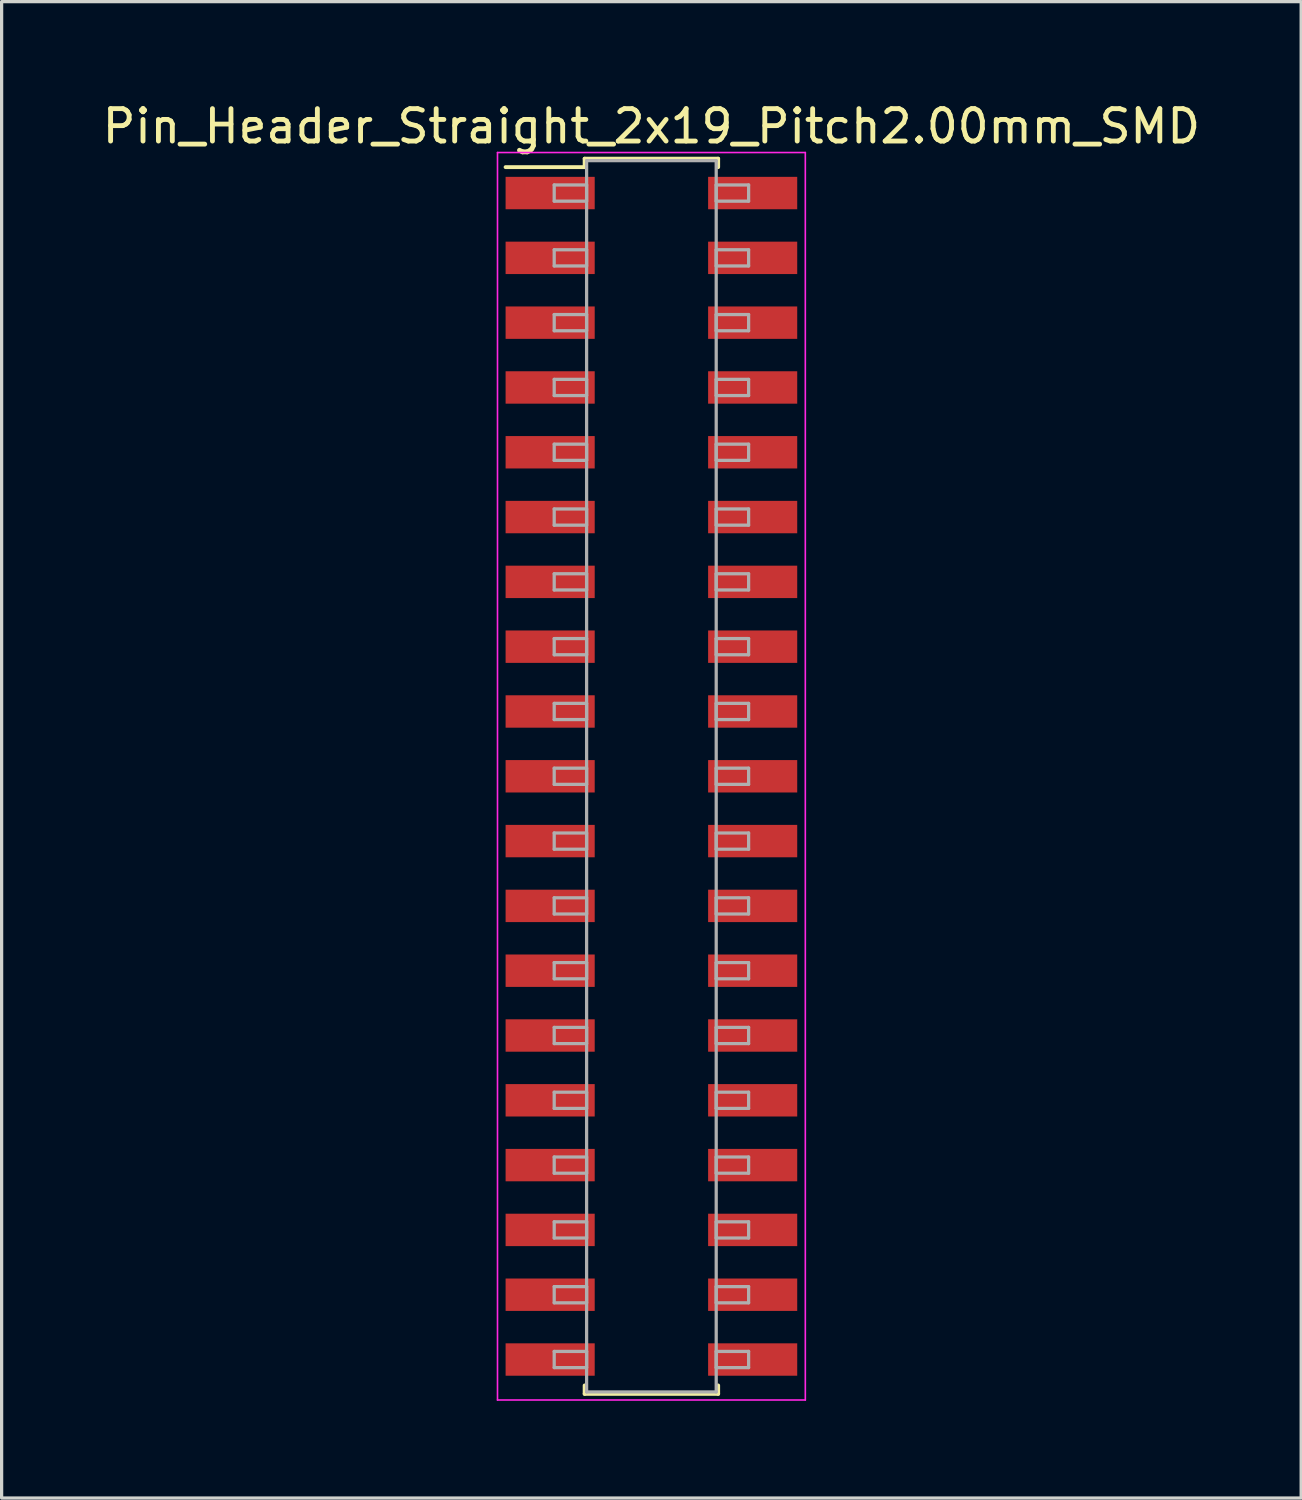
<source format=kicad_pcb>
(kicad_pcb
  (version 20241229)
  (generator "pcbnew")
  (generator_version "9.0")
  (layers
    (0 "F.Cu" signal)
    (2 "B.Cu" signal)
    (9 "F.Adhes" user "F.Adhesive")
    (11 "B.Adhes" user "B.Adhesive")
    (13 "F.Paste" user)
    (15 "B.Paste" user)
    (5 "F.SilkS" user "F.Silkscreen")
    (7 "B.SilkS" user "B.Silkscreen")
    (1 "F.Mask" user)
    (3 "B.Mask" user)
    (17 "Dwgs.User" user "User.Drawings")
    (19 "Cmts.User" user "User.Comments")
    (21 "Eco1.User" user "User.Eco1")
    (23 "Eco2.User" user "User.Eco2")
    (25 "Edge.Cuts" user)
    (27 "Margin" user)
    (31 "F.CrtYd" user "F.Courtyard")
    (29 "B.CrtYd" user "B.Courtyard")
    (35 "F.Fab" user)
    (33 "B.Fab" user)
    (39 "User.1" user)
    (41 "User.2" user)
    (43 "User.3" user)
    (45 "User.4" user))
  (footprint "Pin_Header_Straight_2x19_Pitch2.00mm_SMD"
    (layer "F.Cu")
    (at 17.054 20.908)
    (property "Reference" "Pin_Header_Straight_2x19_Pitch2.00mm_SMD" (at 0 -20.06 0) (layer "F.SilkS") (effects (font (size 1 1) (thickness 0.15))))
    (attr smd)
    (fp_line (start -4.5 -18.8) (end -2.06 -18.8) (stroke (width 0.12) (type solid)) (layer "F.SilkS"))
    (fp_line (start -2.06 -19.06) (end 2.06 -19.06) (stroke (width 0.12) (type solid)) (layer "F.SilkS"))
    (fp_line (start -2.06 -18.8) (end -2.06 -19.06) (stroke (width 0.12) (type solid)) (layer "F.SilkS"))
    (fp_line (start -2.06 18.8) (end -2.06 19.06) (stroke (width 0.12) (type solid)) (layer "F.SilkS"))
    (fp_line (start -2.06 19.06) (end 2.06 19.06) (stroke (width 0.12) (type solid)) (layer "F.SilkS"))
    (fp_line (start 2.06 -19.06) (end 2.06 -18.8) (stroke (width 0.12) (type solid)) (layer "F.SilkS"))
    (fp_line (start 2.06 19.06) (end 2.06 18.8) (stroke (width 0.12) (type solid)) (layer "F.SilkS"))
    (fp_line (start -4.75 -19.25) (end -4.75 19.25) (stroke (width 0.05) (type solid)) (layer "F.CrtYd"))
    (fp_line (start -4.75 19.25) (end 4.75 19.25) (stroke (width 0.05) (type solid)) (layer "F.CrtYd"))
    (fp_line (start 4.75 -19.25) (end -4.75 -19.25) (stroke (width 0.05) (type solid)) (layer "F.CrtYd"))
    (fp_line (start 4.75 19.25) (end 4.75 -19.25) (stroke (width 0.05) (type solid)) (layer "F.CrtYd"))
    (fp_line (start -3 -18.25) (end -2 -18.25) (stroke (width 0.1) (type solid)) (layer "F.Fab"))
    (fp_line (start -3 -17.75) (end -3 -18.25) (stroke (width 0.1) (type solid)) (layer "F.Fab"))
    (fp_line (start -3 -16.25) (end -2 -16.25) (stroke (width 0.1) (type solid)) (layer "F.Fab"))
    (fp_line (start -3 -15.75) (end -3 -16.25) (stroke (width 0.1) (type solid)) (layer "F.Fab"))
    (fp_line (start -3 -14.25) (end -2 -14.25) (stroke (width 0.1) (type solid)) (layer "F.Fab"))
    (fp_line (start -3 -13.75) (end -3 -14.25) (stroke (width 0.1) (type solid)) (layer "F.Fab"))
    (fp_line (start -3 -12.25) (end -2 -12.25) (stroke (width 0.1) (type solid)) (layer "F.Fab"))
    (fp_line (start -3 -11.75) (end -3 -12.25) (stroke (width 0.1) (type solid)) (layer "F.Fab"))
    (fp_line (start -3 -10.25) (end -2 -10.25) (stroke (width 0.1) (type solid)) (layer "F.Fab"))
    (fp_line (start -3 -9.75) (end -3 -10.25) (stroke (width 0.1) (type solid)) (layer "F.Fab"))
    (fp_line (start -3 -8.25) (end -2 -8.25) (stroke (width 0.1) (type solid)) (layer "F.Fab"))
    (fp_line (start -3 -7.75) (end -3 -8.25) (stroke (width 0.1) (type solid)) (layer "F.Fab"))
    (fp_line (start -3 -6.25) (end -2 -6.25) (stroke (width 0.1) (type solid)) (layer "F.Fab"))
    (fp_line (start -3 -5.75) (end -3 -6.25) (stroke (width 0.1) (type solid)) (layer "F.Fab"))
    (fp_line (start -3 -4.25) (end -2 -4.25) (stroke (width 0.1) (type solid)) (layer "F.Fab"))
    (fp_line (start -3 -3.75) (end -3 -4.25) (stroke (width 0.1) (type solid)) (layer "F.Fab"))
    (fp_line (start -3 -2.25) (end -2 -2.25) (stroke (width 0.1) (type solid)) (layer "F.Fab"))
    (fp_line (start -3 -1.75) (end -3 -2.25) (stroke (width 0.1) (type solid)) (layer "F.Fab"))
    (fp_line (start -3 -0.25) (end -2 -0.25) (stroke (width 0.1) (type solid)) (layer "F.Fab"))
    (fp_line (start -3 0.25) (end -3 -0.25) (stroke (width 0.1) (type solid)) (layer "F.Fab"))
    (fp_line (start -3 1.75) (end -2 1.75) (stroke (width 0.1) (type solid)) (layer "F.Fab"))
    (fp_line (start -3 2.25) (end -3 1.75) (stroke (width 0.1) (type solid)) (layer "F.Fab"))
    (fp_line (start -3 3.75) (end -2 3.75) (stroke (width 0.1) (type solid)) (layer "F.Fab"))
    (fp_line (start -3 4.25) (end -3 3.75) (stroke (width 0.1) (type solid)) (layer "F.Fab"))
    (fp_line (start -3 5.75) (end -2 5.75) (stroke (width 0.1) (type solid)) (layer "F.Fab"))
    (fp_line (start -3 6.25) (end -3 5.75) (stroke (width 0.1) (type solid)) (layer "F.Fab"))
    (fp_line (start -3 7.75) (end -2 7.75) (stroke (width 0.1) (type solid)) (layer "F.Fab"))
    (fp_line (start -3 8.25) (end -3 7.75) (stroke (width 0.1) (type solid)) (layer "F.Fab"))
    (fp_line (start -3 9.75) (end -2 9.75) (stroke (width 0.1) (type solid)) (layer "F.Fab"))
    (fp_line (start -3 10.25) (end -3 9.75) (stroke (width 0.1) (type solid)) (layer "F.Fab"))
    (fp_line (start -3 11.75) (end -2 11.75) (stroke (width 0.1) (type solid)) (layer "F.Fab"))
    (fp_line (start -3 12.25) (end -3 11.75) (stroke (width 0.1) (type solid)) (layer "F.Fab"))
    (fp_line (start -3 13.75) (end -2 13.75) (stroke (width 0.1) (type solid)) (layer "F.Fab"))
    (fp_line (start -3 14.25) (end -3 13.75) (stroke (width 0.1) (type solid)) (layer "F.Fab"))
    (fp_line (start -3 15.75) (end -2 15.75) (stroke (width 0.1) (type solid)) (layer "F.Fab"))
    (fp_line (start -3 16.25) (end -3 15.75) (stroke (width 0.1) (type solid)) (layer "F.Fab"))
    (fp_line (start -3 17.75) (end -2 17.75) (stroke (width 0.1) (type solid)) (layer "F.Fab"))
    (fp_line (start -3 18.25) (end -3 17.75) (stroke (width 0.1) (type solid)) (layer "F.Fab"))
    (fp_line (start -2 -19) (end -2 19) (stroke (width 0.1) (type solid)) (layer "F.Fab"))
    (fp_line (start -2 -18.25) (end -2 -17.75) (stroke (width 0.1) (type solid)) (layer "F.Fab"))
    (fp_line (start -2 -17.75) (end -3 -17.75) (stroke (width 0.1) (type solid)) (layer "F.Fab"))
    (fp_line (start -2 -16.25) (end -2 -15.75) (stroke (width 0.1) (type solid)) (layer "F.Fab"))
    (fp_line (start -2 -15.75) (end -3 -15.75) (stroke (width 0.1) (type solid)) (layer "F.Fab"))
    (fp_line (start -2 -14.25) (end -2 -13.75) (stroke (width 0.1) (type solid)) (layer "F.Fab"))
    (fp_line (start -2 -13.75) (end -3 -13.75) (stroke (width 0.1) (type solid)) (layer "F.Fab"))
    (fp_line (start -2 -12.25) (end -2 -11.75) (stroke (width 0.1) (type solid)) (layer "F.Fab"))
    (fp_line (start -2 -11.75) (end -3 -11.75) (stroke (width 0.1) (type solid)) (layer "F.Fab"))
    (fp_line (start -2 -10.25) (end -2 -9.75) (stroke (width 0.1) (type solid)) (layer "F.Fab"))
    (fp_line (start -2 -9.75) (end -3 -9.75) (stroke (width 0.1) (type solid)) (layer "F.Fab"))
    (fp_line (start -2 -8.25) (end -2 -7.75) (stroke (width 0.1) (type solid)) (layer "F.Fab"))
    (fp_line (start -2 -7.75) (end -3 -7.75) (stroke (width 0.1) (type solid)) (layer "F.Fab"))
    (fp_line (start -2 -6.25) (end -2 -5.75) (stroke (width 0.1) (type solid)) (layer "F.Fab"))
    (fp_line (start -2 -5.75) (end -3 -5.75) (stroke (width 0.1) (type solid)) (layer "F.Fab"))
    (fp_line (start -2 -4.25) (end -2 -3.75) (stroke (width 0.1) (type solid)) (layer "F.Fab"))
    (fp_line (start -2 -3.75) (end -3 -3.75) (stroke (width 0.1) (type solid)) (layer "F.Fab"))
    (fp_line (start -2 -2.25) (end -2 -1.75) (stroke (width 0.1) (type solid)) (layer "F.Fab"))
    (fp_line (start -2 -1.75) (end -3 -1.75) (stroke (width 0.1) (type solid)) (layer "F.Fab"))
    (fp_line (start -2 -0.25) (end -2 0.25) (stroke (width 0.1) (type solid)) (layer "F.Fab"))
    (fp_line (start -2 0.25) (end -3 0.25) (stroke (width 0.1) (type solid)) (layer "F.Fab"))
    (fp_line (start -2 1.75) (end -2 2.25) (stroke (width 0.1) (type solid)) (layer "F.Fab"))
    (fp_line (start -2 2.25) (end -3 2.25) (stroke (width 0.1) (type solid)) (layer "F.Fab"))
    (fp_line (start -2 3.75) (end -2 4.25) (stroke (width 0.1) (type solid)) (layer "F.Fab"))
    (fp_line (start -2 4.25) (end -3 4.25) (stroke (width 0.1) (type solid)) (layer "F.Fab"))
    (fp_line (start -2 5.75) (end -2 6.25) (stroke (width 0.1) (type solid)) (layer "F.Fab"))
    (fp_line (start -2 6.25) (end -3 6.25) (stroke (width 0.1) (type solid)) (layer "F.Fab"))
    (fp_line (start -2 7.75) (end -2 8.25) (stroke (width 0.1) (type solid)) (layer "F.Fab"))
    (fp_line (start -2 8.25) (end -3 8.25) (stroke (width 0.1) (type solid)) (layer "F.Fab"))
    (fp_line (start -2 9.75) (end -2 10.25) (stroke (width 0.1) (type solid)) (layer "F.Fab"))
    (fp_line (start -2 10.25) (end -3 10.25) (stroke (width 0.1) (type solid)) (layer "F.Fab"))
    (fp_line (start -2 11.75) (end -2 12.25) (stroke (width 0.1) (type solid)) (layer "F.Fab"))
    (fp_line (start -2 12.25) (end -3 12.25) (stroke (width 0.1) (type solid)) (layer "F.Fab"))
    (fp_line (start -2 13.75) (end -2 14.25) (stroke (width 0.1) (type solid)) (layer "F.Fab"))
    (fp_line (start -2 14.25) (end -3 14.25) (stroke (width 0.1) (type solid)) (layer "F.Fab"))
    (fp_line (start -2 15.75) (end -2 16.25) (stroke (width 0.1) (type solid)) (layer "F.Fab"))
    (fp_line (start -2 16.25) (end -3 16.25) (stroke (width 0.1) (type solid)) (layer "F.Fab"))
    (fp_line (start -2 17.75) (end -2 18.25) (stroke (width 0.1) (type solid)) (layer "F.Fab"))
    (fp_line (start -2 18.25) (end -3 18.25) (stroke (width 0.1) (type solid)) (layer "F.Fab"))
    (fp_line (start -2 19) (end 2 19) (stroke (width 0.1) (type solid)) (layer "F.Fab"))
    (fp_line (start 2 -19) (end -2 -19) (stroke (width 0.1) (type solid)) (layer "F.Fab"))
    (fp_line (start 2 -18.25) (end 2 -17.75) (stroke (width 0.1) (type solid)) (layer "F.Fab"))
    (fp_line (start 2 -17.75) (end 3 -17.75) (stroke (width 0.1) (type solid)) (layer "F.Fab"))
    (fp_line (start 2 -16.25) (end 2 -15.75) (stroke (width 0.1) (type solid)) (layer "F.Fab"))
    (fp_line (start 2 -15.75) (end 3 -15.75) (stroke (width 0.1) (type solid)) (layer "F.Fab"))
    (fp_line (start 2 -14.25) (end 2 -13.75) (stroke (width 0.1) (type solid)) (layer "F.Fab"))
    (fp_line (start 2 -13.75) (end 3 -13.75) (stroke (width 0.1) (type solid)) (layer "F.Fab"))
    (fp_line (start 2 -12.25) (end 2 -11.75) (stroke (width 0.1) (type solid)) (layer "F.Fab"))
    (fp_line (start 2 -11.75) (end 3 -11.75) (stroke (width 0.1) (type solid)) (layer "F.Fab"))
    (fp_line (start 2 -10.25) (end 2 -9.75) (stroke (width 0.1) (type solid)) (layer "F.Fab"))
    (fp_line (start 2 -9.75) (end 3 -9.75) (stroke (width 0.1) (type solid)) (layer "F.Fab"))
    (fp_line (start 2 -8.25) (end 2 -7.75) (stroke (width 0.1) (type solid)) (layer "F.Fab"))
    (fp_line (start 2 -7.75) (end 3 -7.75) (stroke (width 0.1) (type solid)) (layer "F.Fab"))
    (fp_line (start 2 -6.25) (end 2 -5.75) (stroke (width 0.1) (type solid)) (layer "F.Fab"))
    (fp_line (start 2 -5.75) (end 3 -5.75) (stroke (width 0.1) (type solid)) (layer "F.Fab"))
    (fp_line (start 2 -4.25) (end 2 -3.75) (stroke (width 0.1) (type solid)) (layer "F.Fab"))
    (fp_line (start 2 -3.75) (end 3 -3.75) (stroke (width 0.1) (type solid)) (layer "F.Fab"))
    (fp_line (start 2 -2.25) (end 2 -1.75) (stroke (width 0.1) (type solid)) (layer "F.Fab"))
    (fp_line (start 2 -1.75) (end 3 -1.75) (stroke (width 0.1) (type solid)) (layer "F.Fab"))
    (fp_line (start 2 -0.25) (end 2 0.25) (stroke (width 0.1) (type solid)) (layer "F.Fab"))
    (fp_line (start 2 0.25) (end 3 0.25) (stroke (width 0.1) (type solid)) (layer "F.Fab"))
    (fp_line (start 2 1.75) (end 2 2.25) (stroke (width 0.1) (type solid)) (layer "F.Fab"))
    (fp_line (start 2 2.25) (end 3 2.25) (stroke (width 0.1) (type solid)) (layer "F.Fab"))
    (fp_line (start 2 3.75) (end 2 4.25) (stroke (width 0.1) (type solid)) (layer "F.Fab"))
    (fp_line (start 2 4.25) (end 3 4.25) (stroke (width 0.1) (type solid)) (layer "F.Fab"))
    (fp_line (start 2 5.75) (end 2 6.25) (stroke (width 0.1) (type solid)) (layer "F.Fab"))
    (fp_line (start 2 6.25) (end 3 6.25) (stroke (width 0.1) (type solid)) (layer "F.Fab"))
    (fp_line (start 2 7.75) (end 2 8.25) (stroke (width 0.1) (type solid)) (layer "F.Fab"))
    (fp_line (start 2 8.25) (end 3 8.25) (stroke (width 0.1) (type solid)) (layer "F.Fab"))
    (fp_line (start 2 9.75) (end 2 10.25) (stroke (width 0.1) (type solid)) (layer "F.Fab"))
    (fp_line (start 2 10.25) (end 3 10.25) (stroke (width 0.1) (type solid)) (layer "F.Fab"))
    (fp_line (start 2 11.75) (end 2 12.25) (stroke (width 0.1) (type solid)) (layer "F.Fab"))
    (fp_line (start 2 12.25) (end 3 12.25) (stroke (width 0.1) (type solid)) (layer "F.Fab"))
    (fp_line (start 2 13.75) (end 2 14.25) (stroke (width 0.1) (type solid)) (layer "F.Fab"))
    (fp_line (start 2 14.25) (end 3 14.25) (stroke (width 0.1) (type solid)) (layer "F.Fab"))
    (fp_line (start 2 15.75) (end 2 16.25) (stroke (width 0.1) (type solid)) (layer "F.Fab"))
    (fp_line (start 2 16.25) (end 3 16.25) (stroke (width 0.1) (type solid)) (layer "F.Fab"))
    (fp_line (start 2 17.75) (end 2 18.25) (stroke (width 0.1) (type solid)) (layer "F.Fab"))
    (fp_line (start 2 18.25) (end 3 18.25) (stroke (width 0.1) (type solid)) (layer "F.Fab"))
    (fp_line (start 2 19) (end 2 -19) (stroke (width 0.1) (type solid)) (layer "F.Fab"))
    (fp_line (start 3 -18.25) (end 2 -18.25) (stroke (width 0.1) (type solid)) (layer "F.Fab"))
    (fp_line (start 3 -17.75) (end 3 -18.25) (stroke (width 0.1) (type solid)) (layer "F.Fab"))
    (fp_line (start 3 -16.25) (end 2 -16.25) (stroke (width 0.1) (type solid)) (layer "F.Fab"))
    (fp_line (start 3 -15.75) (end 3 -16.25) (stroke (width 0.1) (type solid)) (layer "F.Fab"))
    (fp_line (start 3 -14.25) (end 2 -14.25) (stroke (width 0.1) (type solid)) (layer "F.Fab"))
    (fp_line (start 3 -13.75) (end 3 -14.25) (stroke (width 0.1) (type solid)) (layer "F.Fab"))
    (fp_line (start 3 -12.25) (end 2 -12.25) (stroke (width 0.1) (type solid)) (layer "F.Fab"))
    (fp_line (start 3 -11.75) (end 3 -12.25) (stroke (width 0.1) (type solid)) (layer "F.Fab"))
    (fp_line (start 3 -10.25) (end 2 -10.25) (stroke (width 0.1) (type solid)) (layer "F.Fab"))
    (fp_line (start 3 -9.75) (end 3 -10.25) (stroke (width 0.1) (type solid)) (layer "F.Fab"))
    (fp_line (start 3 -8.25) (end 2 -8.25) (stroke (width 0.1) (type solid)) (layer "F.Fab"))
    (fp_line (start 3 -7.75) (end 3 -8.25) (stroke (width 0.1) (type solid)) (layer "F.Fab"))
    (fp_line (start 3 -6.25) (end 2 -6.25) (stroke (width 0.1) (type solid)) (layer "F.Fab"))
    (fp_line (start 3 -5.75) (end 3 -6.25) (stroke (width 0.1) (type solid)) (layer "F.Fab"))
    (fp_line (start 3 -4.25) (end 2 -4.25) (stroke (width 0.1) (type solid)) (layer "F.Fab"))
    (fp_line (start 3 -3.75) (end 3 -4.25) (stroke (width 0.1) (type solid)) (layer "F.Fab"))
    (fp_line (start 3 -2.25) (end 2 -2.25) (stroke (width 0.1) (type solid)) (layer "F.Fab"))
    (fp_line (start 3 -1.75) (end 3 -2.25) (stroke (width 0.1) (type solid)) (layer "F.Fab"))
    (fp_line (start 3 -0.25) (end 2 -0.25) (stroke (width 0.1) (type solid)) (layer "F.Fab"))
    (fp_line (start 3 0.25) (end 3 -0.25) (stroke (width 0.1) (type solid)) (layer "F.Fab"))
    (fp_line (start 3 1.75) (end 2 1.75) (stroke (width 0.1) (type solid)) (layer "F.Fab"))
    (fp_line (start 3 2.25) (end 3 1.75) (stroke (width 0.1) (type solid)) (layer "F.Fab"))
    (fp_line (start 3 3.75) (end 2 3.75) (stroke (width 0.1) (type solid)) (layer "F.Fab"))
    (fp_line (start 3 4.25) (end 3 3.75) (stroke (width 0.1) (type solid)) (layer "F.Fab"))
    (fp_line (start 3 5.75) (end 2 5.75) (stroke (width 0.1) (type solid)) (layer "F.Fab"))
    (fp_line (start 3 6.25) (end 3 5.75) (stroke (width 0.1) (type solid)) (layer "F.Fab"))
    (fp_line (start 3 7.75) (end 2 7.75) (stroke (width 0.1) (type solid)) (layer "F.Fab"))
    (fp_line (start 3 8.25) (end 3 7.75) (stroke (width 0.1) (type solid)) (layer "F.Fab"))
    (fp_line (start 3 9.75) (end 2 9.75) (stroke (width 0.1) (type solid)) (layer "F.Fab"))
    (fp_line (start 3 10.25) (end 3 9.75) (stroke (width 0.1) (type solid)) (layer "F.Fab"))
    (fp_line (start 3 11.75) (end 2 11.75) (stroke (width 0.1) (type solid)) (layer "F.Fab"))
    (fp_line (start 3 12.25) (end 3 11.75) (stroke (width 0.1) (type solid)) (layer "F.Fab"))
    (fp_line (start 3 13.75) (end 2 13.75) (stroke (width 0.1) (type solid)) (layer "F.Fab"))
    (fp_line (start 3 14.25) (end 3 13.75) (stroke (width 0.1) (type solid)) (layer "F.Fab"))
    (fp_line (start 3 15.75) (end 2 15.75) (stroke (width 0.1) (type solid)) (layer "F.Fab"))
    (fp_line (start 3 16.25) (end 3 15.75) (stroke (width 0.1) (type solid)) (layer "F.Fab"))
    (fp_line (start 3 17.75) (end 2 17.75) (stroke (width 0.1) (type solid)) (layer "F.Fab"))
    (fp_line (start 3 18.25) (end 3 17.75) (stroke (width 0.1) (type solid)) (layer "F.Fab"))
    (pad "1" smd rect (at -3.125 -18) (size 2.75 1) (layers "F.Cu" "F.Mask"))
    (pad "2" smd rect (at 3.125 -18) (size 2.75 1) (layers "F.Cu" "F.Mask"))
    (pad "3" smd rect (at -3.125 -16) (size 2.75 1) (layers "F.Cu" "F.Mask"))
    (pad "4" smd rect (at 3.125 -16) (size 2.75 1) (layers "F.Cu" "F.Mask"))
    (pad "5" smd rect (at -3.125 -14) (size 2.75 1) (layers "F.Cu" "F.Mask"))
    (pad "6" smd rect (at 3.125 -14) (size 2.75 1) (layers "F.Cu" "F.Mask"))
    (pad "7" smd rect (at -3.125 -12) (size 2.75 1) (layers "F.Cu" "F.Mask"))
    (pad "8" smd rect (at 3.125 -12) (size 2.75 1) (layers "F.Cu" "F.Mask"))
    (pad "9" smd rect (at -3.125 -10) (size 2.75 1) (layers "F.Cu" "F.Mask"))
    (pad "10" smd rect (at 3.125 -10) (size 2.75 1) (layers "F.Cu" "F.Mask"))
    (pad "11" smd rect (at -3.125 -8) (size 2.75 1) (layers "F.Cu" "F.Mask"))
    (pad "12" smd rect (at 3.125 -8) (size 2.75 1) (layers "F.Cu" "F.Mask"))
    (pad "13" smd rect (at -3.125 -6) (size 2.75 1) (layers "F.Cu" "F.Mask"))
    (pad "14" smd rect (at 3.125 -6) (size 2.75 1) (layers "F.Cu" "F.Mask"))
    (pad "15" smd rect (at -3.125 -4) (size 2.75 1) (layers "F.Cu" "F.Mask"))
    (pad "16" smd rect (at 3.125 -4) (size 2.75 1) (layers "F.Cu" "F.Mask"))
    (pad "17" smd rect (at -3.125 -2) (size 2.75 1) (layers "F.Cu" "F.Mask"))
    (pad "18" smd rect (at 3.125 -2) (size 2.75 1) (layers "F.Cu" "F.Mask"))
    (pad "19" smd rect (at -3.125 0) (size 2.75 1) (layers "F.Cu" "F.Mask"))
    (pad "20" smd rect (at 3.125 0) (size 2.75 1) (layers "F.Cu" "F.Mask"))
    (pad "21" smd rect (at -3.125 2) (size 2.75 1) (layers "F.Cu" "F.Mask"))
    (pad "22" smd rect (at 3.125 2) (size 2.75 1) (layers "F.Cu" "F.Mask"))
    (pad "23" smd rect (at -3.125 4) (size 2.75 1) (layers "F.Cu" "F.Mask"))
    (pad "24" smd rect (at 3.125 4) (size 2.75 1) (layers "F.Cu" "F.Mask"))
    (pad "25" smd rect (at -3.125 6) (size 2.75 1) (layers "F.Cu" "F.Mask"))
    (pad "26" smd rect (at 3.125 6) (size 2.75 1) (layers "F.Cu" "F.Mask"))
    (pad "27" smd rect (at -3.125 8) (size 2.75 1) (layers "F.Cu" "F.Mask"))
    (pad "28" smd rect (at 3.125 8) (size 2.75 1) (layers "F.Cu" "F.Mask"))
    (pad "29" smd rect (at -3.125 10) (size 2.75 1) (layers "F.Cu" "F.Mask"))
    (pad "30" smd rect (at 3.125 10) (size 2.75 1) (layers "F.Cu" "F.Mask"))
    (pad "31" smd rect (at -3.125 12) (size 2.75 1) (layers "F.Cu" "F.Mask"))
    (pad "32" smd rect (at 3.125 12) (size 2.75 1) (layers "F.Cu" "F.Mask"))
    (pad "33" smd rect (at -3.125 14) (size 2.75 1) (layers "F.Cu" "F.Mask"))
    (pad "34" smd rect (at 3.125 14) (size 2.75 1) (layers "F.Cu" "F.Mask"))
    (pad "35" smd rect (at -3.125 16) (size 2.75 1) (layers "F.Cu" "F.Mask"))
    (pad "36" smd rect (at 3.125 16) (size 2.75 1) (layers "F.Cu" "F.Mask"))
    (pad "37" smd rect (at -3.125 18) (size 2.75 1) (layers "F.Cu" "F.Mask"))
    (pad "38" smd rect (at 3.125 18) (size 2.75 1) (layers "F.Cu" "F.Mask")))
  (gr_rect
    (start -3 -3)
    (end 37.107 43.183)
    (stroke (width 0.1) (type default))
    (fill no)
    (layer "Edge.Cuts")))
</source>
